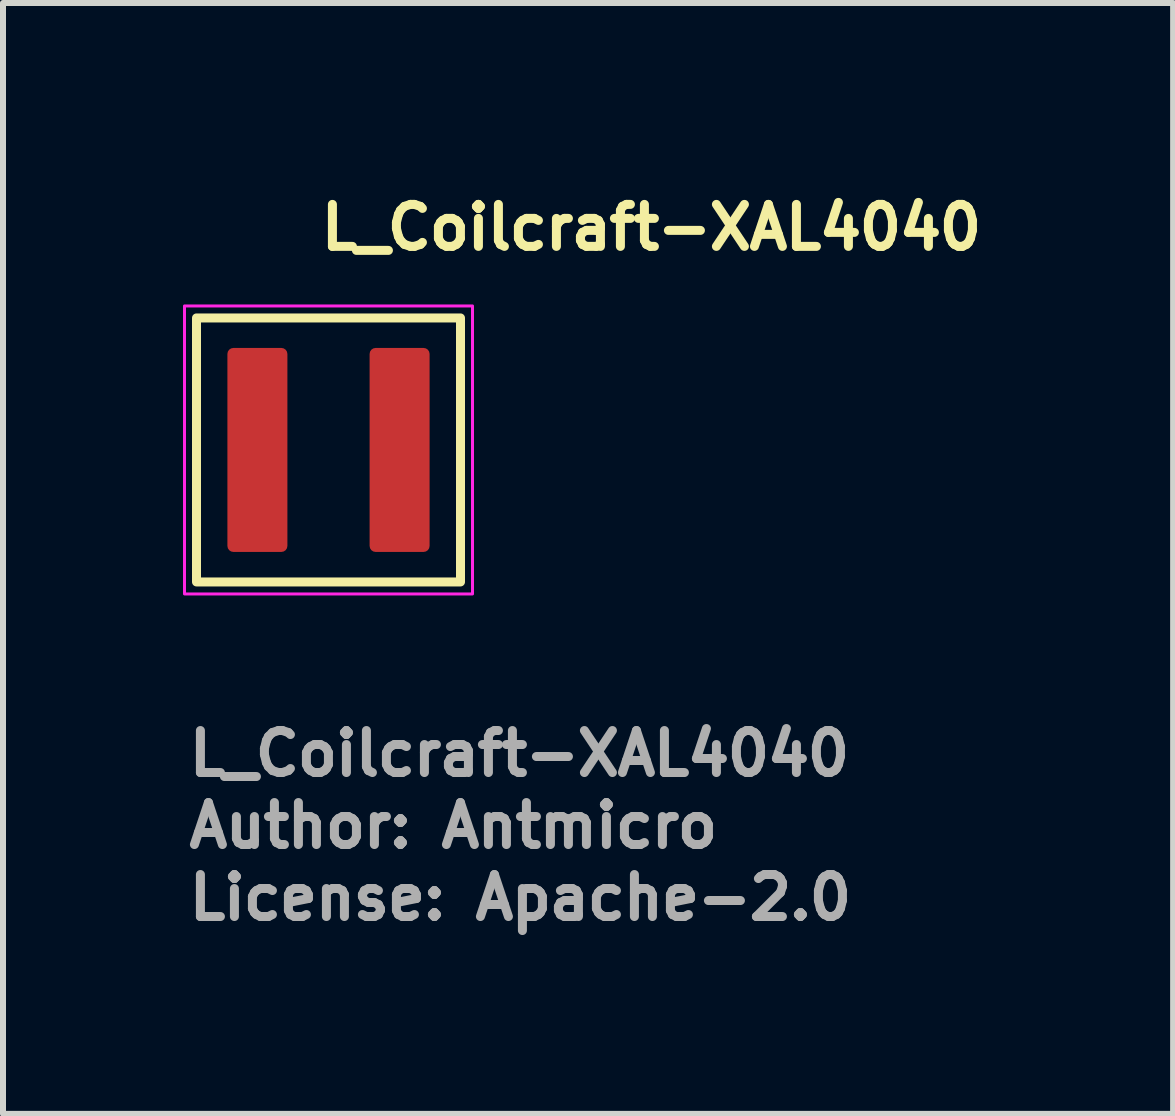
<source format=kicad_pcb>
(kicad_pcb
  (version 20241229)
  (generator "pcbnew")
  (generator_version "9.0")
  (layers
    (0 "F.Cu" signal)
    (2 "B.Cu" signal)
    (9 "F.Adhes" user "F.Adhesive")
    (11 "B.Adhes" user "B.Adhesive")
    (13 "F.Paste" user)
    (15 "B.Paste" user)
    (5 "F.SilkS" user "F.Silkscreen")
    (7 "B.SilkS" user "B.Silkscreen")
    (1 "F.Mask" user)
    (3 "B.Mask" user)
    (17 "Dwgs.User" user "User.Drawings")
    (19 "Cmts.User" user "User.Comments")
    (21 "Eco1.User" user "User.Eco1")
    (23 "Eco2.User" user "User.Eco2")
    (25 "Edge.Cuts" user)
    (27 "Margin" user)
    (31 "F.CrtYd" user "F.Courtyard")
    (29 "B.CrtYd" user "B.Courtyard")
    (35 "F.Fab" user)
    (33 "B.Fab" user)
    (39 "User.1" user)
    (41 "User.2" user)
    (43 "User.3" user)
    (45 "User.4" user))
  (footprint "L_Coilcraft-XAL4040"
    (layer "F.Cu")
    (at 2.425 4.449)
    (property "Reference" "L_Coilcraft-XAL4040" (at -0.2 -3.299 0) (layer "F.SilkS") (effects (font (size 0.7 0.7) (thickness 0.15)) (justify left bottom)))
    (attr smd)
    (fp_rect (start -2.2 -2.2) (end 2.2 2.2) (stroke (width 0.15) (type solid)) (fill no) (layer "F.SilkS"))
    (fp_rect (start -2.4 -2.4) (end 2.4 2.4) (stroke (width 0.05) (type solid)) (fill no) (layer "F.CrtYd"))
    (fp_rect (start -2.15 -2.15) (end 2.15 2.15) (stroke (width 0.1) (type solid)) (fill no) (layer "User.5"))
    (fp_line (start -2.15 -1.899) (end -2.15 1.899) (stroke (width 0.02) (type solid)) (layer "User.9"))
    (fp_line (start -2.15 -1.899) (end -2.149 -1.912) (stroke (width 0.02) (type solid)) (layer "User.9"))
    (fp_line (start -2.149 -1.912) (end -2.148 -1.924) (stroke (width 0.02) (type solid)) (layer "User.9"))
    (fp_line (start -2.149 1.912) (end -2.15 1.899) (stroke (width 0.02) (type solid)) (layer "User.9"))
    (fp_line (start -2.148 -1.924) (end -2.147 -1.936) (stroke (width 0.02) (type solid)) (layer "User.9"))
    (fp_line (start -2.148 1.924) (end -2.149 1.912) (stroke (width 0.02) (type solid)) (layer "User.9"))
    (fp_line (start -2.147 -1.936) (end -2.145 -1.949) (stroke (width 0.02) (type solid)) (layer "User.9"))
    (fp_line (start -2.147 1.936) (end -2.148 1.924) (stroke (width 0.02) (type solid)) (layer "User.9"))
    (fp_line (start -2.145 -1.949) (end -2.142 -1.96) (stroke (width 0.02) (type solid)) (layer "User.9"))
    (fp_line (start -2.145 1.949) (end -2.147 1.936) (stroke (width 0.02) (type solid)) (layer "User.9"))
    (fp_line (start -2.142 -1.96) (end -2.139 -1.972) (stroke (width 0.02) (type solid)) (layer "User.9"))
    (fp_line (start -2.142 1.96) (end -2.145 1.949) (stroke (width 0.02) (type solid)) (layer "User.9"))
    (fp_line (start -2.139 -1.972) (end -2.135 -1.984) (stroke (width 0.02) (type solid)) (layer "User.9"))
    (fp_line (start -2.139 1.972) (end -2.142 1.96) (stroke (width 0.02) (type solid)) (layer "User.9"))
    (fp_line (start -2.135 -1.984) (end -2.13 -1.995) (stroke (width 0.02) (type solid)) (layer "User.9"))
    (fp_line (start -2.135 1.984) (end -2.139 1.972) (stroke (width 0.02) (type solid)) (layer "User.9"))
    (fp_line (start -2.13 -1.995) (end -2.126 -2.006) (stroke (width 0.02) (type solid)) (layer "User.9"))
    (fp_line (start -2.13 1.995) (end -2.135 1.984) (stroke (width 0.02) (type solid)) (layer "User.9"))
    (fp_line (start -2.126 -2.006) (end -2.12 -2.016) (stroke (width 0.02) (type solid)) (layer "User.9"))
    (fp_line (start -2.126 2.006) (end -2.13 1.995) (stroke (width 0.02) (type solid)) (layer "User.9"))
    (fp_line (start -2.12 -2.016) (end -2.114 -2.028) (stroke (width 0.02) (type solid)) (layer "User.9"))
    (fp_line (start -2.12 2.016) (end -2.126 2.006) (stroke (width 0.02) (type solid)) (layer "User.9"))
    (fp_line (start -2.114 -2.028) (end -2.107 -2.038) (stroke (width 0.02) (type solid)) (layer "User.9"))
    (fp_line (start -2.114 2.028) (end -2.12 2.016) (stroke (width 0.02) (type solid)) (layer "User.9"))
    (fp_line (start -2.107 -2.038) (end -2.1 -2.048) (stroke (width 0.02) (type solid)) (layer "User.9"))
    (fp_line (start -2.107 2.038) (end -2.114 2.028) (stroke (width 0.02) (type solid)) (layer "User.9"))
    (fp_line (start -2.1 -2.048) (end -2.093 -2.058) (stroke (width 0.02) (type solid)) (layer "User.9"))
    (fp_line (start -2.1 2.048) (end -2.107 2.038) (stroke (width 0.02) (type solid)) (layer "User.9"))
    (fp_line (start -2.093 -2.058) (end -2.085 -2.067) (stroke (width 0.02) (type solid)) (layer "User.9"))
    (fp_line (start -2.093 2.058) (end -2.1 2.048) (stroke (width 0.02) (type solid)) (layer "User.9"))
    (fp_line (start -2.085 -2.067) (end -2.076 -2.076) (stroke (width 0.02) (type solid)) (layer "User.9"))
    (fp_line (start -2.085 2.067) (end -2.093 2.058) (stroke (width 0.02) (type solid)) (layer "User.9"))
    (fp_line (start -2.076 -2.076) (end -2.076 -2.076) (stroke (width 0.02) (type solid)) (layer "User.9"))
    (fp_line (start -2.076 -2.076) (end -2.067 -2.085) (stroke (width 0.02) (type solid)) (layer "User.9"))
    (fp_line (start -2.076 2.076) (end -2.085 2.067) (stroke (width 0.02) (type solid)) (layer "User.9"))
    (fp_line (start -2.076 2.076) (end -2.076 2.076) (stroke (width 0.02) (type solid)) (layer "User.9"))
    (fp_line (start -2.067 -2.085) (end -2.058 -2.093) (stroke (width 0.02) (type solid)) (layer "User.9"))
    (fp_line (start -2.067 2.085) (end -2.076 2.076) (stroke (width 0.02) (type solid)) (layer "User.9"))
    (fp_line (start -2.058 -2.093) (end -2.048 -2.1) (stroke (width 0.02) (type solid)) (layer "User.9"))
    (fp_line (start -2.058 2.093) (end -2.067 2.085) (stroke (width 0.02) (type solid)) (layer "User.9"))
    (fp_line (start -2.048 -2.1) (end -2.038 -2.107) (stroke (width 0.02) (type solid)) (layer "User.9"))
    (fp_line (start -2.048 2.1) (end -2.058 2.093) (stroke (width 0.02) (type solid)) (layer "User.9"))
    (fp_line (start -2.038 -2.107) (end -2.028 -2.114) (stroke (width 0.02) (type solid)) (layer "User.9"))
    (fp_line (start -2.038 2.107) (end -2.048 2.1) (stroke (width 0.02) (type solid)) (layer "User.9"))
    (fp_line (start -2.028 -2.114) (end -2.016 -2.12) (stroke (width 0.02) (type solid)) (layer "User.9"))
    (fp_line (start -2.028 2.114) (end -2.038 2.107) (stroke (width 0.02) (type solid)) (layer "User.9"))
    (fp_line (start -2.016 -2.12) (end -2.006 -2.126) (stroke (width 0.02) (type solid)) (layer "User.9"))
    (fp_line (start -2.016 2.12) (end -2.028 2.114) (stroke (width 0.02) (type solid)) (layer "User.9"))
    (fp_line (start -2.006 -2.126) (end -1.995 -2.13) (stroke (width 0.02) (type solid)) (layer "User.9"))
    (fp_line (start -2.006 2.126) (end -2.016 2.12) (stroke (width 0.02) (type solid)) (layer "User.9"))
    (fp_line (start -1.995 -2.13) (end -1.984 -2.135) (stroke (width 0.02) (type solid)) (layer "User.9"))
    (fp_line (start -1.995 2.13) (end -2.006 2.126) (stroke (width 0.02) (type solid)) (layer "User.9"))
    (fp_line (start -1.984 -2.135) (end -1.972 -2.139) (stroke (width 0.02) (type solid)) (layer "User.9"))
    (fp_line (start -1.984 2.135) (end -1.995 2.13) (stroke (width 0.02) (type solid)) (layer "User.9"))
    (fp_line (start -1.972 -2.139) (end -1.96 -2.142) (stroke (width 0.02) (type solid)) (layer "User.9"))
    (fp_line (start -1.972 2.139) (end -1.984 2.135) (stroke (width 0.02) (type solid)) (layer "User.9"))
    (fp_line (start -1.96 -2.142) (end -1.949 -2.145) (stroke (width 0.02) (type solid)) (layer "User.9"))
    (fp_line (start -1.96 2.142) (end -1.972 2.139) (stroke (width 0.02) (type solid)) (layer "User.9"))
    (fp_line (start -1.949 -2.145) (end -1.936 -2.147) (stroke (width 0.02) (type solid)) (layer "User.9"))
    (fp_line (start -1.949 2.145) (end -1.96 2.142) (stroke (width 0.02) (type solid)) (layer "User.9"))
    (fp_line (start -1.936 -2.147) (end -1.924 -2.148) (stroke (width 0.02) (type solid)) (layer "User.9"))
    (fp_line (start -1.936 2.147) (end -1.949 2.145) (stroke (width 0.02) (type solid)) (layer "User.9"))
    (fp_line (start -1.924 -2.148) (end -1.912 -2.149) (stroke (width 0.02) (type solid)) (layer "User.9"))
    (fp_line (start -1.924 2.148) (end -1.936 2.147) (stroke (width 0.02) (type solid)) (layer "User.9"))
    (fp_line (start -1.912 -2.149) (end -1.899 -2.15) (stroke (width 0.02) (type solid)) (layer "User.9"))
    (fp_line (start -1.912 2.149) (end -1.924 2.148) (stroke (width 0.02) (type solid)) (layer "User.9"))
    (fp_line (start -1.899 2.15) (end -1.912 2.149) (stroke (width 0.02) (type solid)) (layer "User.9"))
    (fp_line (start -1.899 2.15) (end 1.899 2.15) (stroke (width 0.02) (type solid)) (layer "User.9"))
    (fp_line (start -1.647 -1.5) (end -1.497 -1.5) (stroke (width 0.02) (type solid)) (layer "User.9"))
    (fp_line (start -1.647 1.5) (end -1.647 -1.5) (stroke (width 0.02) (type solid)) (layer "User.9"))
    (fp_line (start -1.497 -1.5) (end -1.497 1.5) (stroke (width 0.02) (type solid)) (layer "User.9"))
    (fp_line (start -1.497 1.5) (end -1.647 1.5) (stroke (width 0.02) (type solid)) (layer "User.9"))
    (fp_line (start 1.899 -2.15) (end -1.899 -2.15) (stroke (width 0.02) (type solid)) (layer "User.9"))
    (fp_line (start 1.899 -2.15) (end 1.912 -2.149) (stroke (width 0.02) (type solid)) (layer "User.9"))
    (fp_line (start 1.912 -2.149) (end 1.924 -2.148) (stroke (width 0.02) (type solid)) (layer "User.9"))
    (fp_line (start 1.912 2.149) (end 1.899 2.15) (stroke (width 0.02) (type solid)) (layer "User.9"))
    (fp_line (start 1.924 -2.148) (end 1.936 -2.147) (stroke (width 0.02) (type solid)) (layer "User.9"))
    (fp_line (start 1.924 2.148) (end 1.912 2.149) (stroke (width 0.02) (type solid)) (layer "User.9"))
    (fp_line (start 1.936 -2.147) (end 1.949 -2.145) (stroke (width 0.02) (type solid)) (layer "User.9"))
    (fp_line (start 1.936 2.147) (end 1.924 2.148) (stroke (width 0.02) (type solid)) (layer "User.9"))
    (fp_line (start 1.949 -2.145) (end 1.96 -2.142) (stroke (width 0.02) (type solid)) (layer "User.9"))
    (fp_line (start 1.949 2.145) (end 1.936 2.147) (stroke (width 0.02) (type solid)) (layer "User.9"))
    (fp_line (start 1.96 -2.142) (end 1.972 -2.139) (stroke (width 0.02) (type solid)) (layer "User.9"))
    (fp_line (start 1.96 2.142) (end 1.949 2.145) (stroke (width 0.02) (type solid)) (layer "User.9"))
    (fp_line (start 1.972 -2.139) (end 1.984 -2.135) (stroke (width 0.02) (type solid)) (layer "User.9"))
    (fp_line (start 1.972 2.139) (end 1.96 2.142) (stroke (width 0.02) (type solid)) (layer "User.9"))
    (fp_line (start 1.984 -2.135) (end 1.995 -2.13) (stroke (width 0.02) (type solid)) (layer "User.9"))
    (fp_line (start 1.984 2.135) (end 1.972 2.139) (stroke (width 0.02) (type solid)) (layer "User.9"))
    (fp_line (start 1.995 -2.13) (end 2.006 -2.126) (stroke (width 0.02) (type solid)) (layer "User.9"))
    (fp_line (start 1.995 2.13) (end 1.984 2.135) (stroke (width 0.02) (type solid)) (layer "User.9"))
    (fp_line (start 2.006 -2.126) (end 2.016 -2.12) (stroke (width 0.02) (type solid)) (layer "User.9"))
    (fp_line (start 2.006 2.126) (end 1.995 2.13) (stroke (width 0.02) (type solid)) (layer "User.9"))
    (fp_line (start 2.016 -2.12) (end 2.028 -2.114) (stroke (width 0.02) (type solid)) (layer "User.9"))
    (fp_line (start 2.016 2.12) (end 2.006 2.126) (stroke (width 0.02) (type solid)) (layer "User.9"))
    (fp_line (start 2.028 -2.114) (end 2.038 -2.107) (stroke (width 0.02) (type solid)) (layer "User.9"))
    (fp_line (start 2.028 2.114) (end 2.016 2.12) (stroke (width 0.02) (type solid)) (layer "User.9"))
    (fp_line (start 2.038 -2.107) (end 2.048 -2.1) (stroke (width 0.02) (type solid)) (layer "User.9"))
    (fp_line (start 2.038 2.107) (end 2.028 2.114) (stroke (width 0.02) (type solid)) (layer "User.9"))
    (fp_line (start 2.048 -2.1) (end 2.058 -2.093) (stroke (width 0.02) (type solid)) (layer "User.9"))
    (fp_line (start 2.048 2.1) (end 2.038 2.107) (stroke (width 0.02) (type solid)) (layer "User.9"))
    (fp_line (start 2.058 -2.093) (end 2.067 -2.085) (stroke (width 0.02) (type solid)) (layer "User.9"))
    (fp_line (start 2.058 2.093) (end 2.048 2.1) (stroke (width 0.02) (type solid)) (layer "User.9"))
    (fp_line (start 2.067 -2.085) (end 2.076 -2.076) (stroke (width 0.02) (type solid)) (layer "User.9"))
    (fp_line (start 2.067 2.085) (end 2.058 2.093) (stroke (width 0.02) (type solid)) (layer "User.9"))
    (fp_line (start 2.076 -2.076) (end 2.076 -2.076) (stroke (width 0.02) (type solid)) (layer "User.9"))
    (fp_line (start 2.076 -2.076) (end 2.085 -2.067) (stroke (width 0.02) (type solid)) (layer "User.9"))
    (fp_line (start 2.076 2.076) (end 2.067 2.085) (stroke (width 0.02) (type solid)) (layer "User.9"))
    (fp_line (start 2.076 2.076) (end 2.076 2.076) (stroke (width 0.02) (type solid)) (layer "User.9"))
    (fp_line (start 2.085 -2.067) (end 2.093 -2.058) (stroke (width 0.02) (type solid)) (layer "User.9"))
    (fp_line (start 2.085 2.067) (end 2.076 2.076) (stroke (width 0.02) (type solid)) (layer "User.9"))
    (fp_line (start 2.093 -2.058) (end 2.1 -2.048) (stroke (width 0.02) (type solid)) (layer "User.9"))
    (fp_line (start 2.093 2.058) (end 2.085 2.067) (stroke (width 0.02) (type solid)) (layer "User.9"))
    (fp_line (start 2.1 -2.048) (end 2.107 -2.038) (stroke (width 0.02) (type solid)) (layer "User.9"))
    (fp_line (start 2.1 2.048) (end 2.093 2.058) (stroke (width 0.02) (type solid)) (layer "User.9"))
    (fp_line (start 2.107 -2.038) (end 2.114 -2.028) (stroke (width 0.02) (type solid)) (layer "User.9"))
    (fp_line (start 2.107 2.038) (end 2.1 2.048) (stroke (width 0.02) (type solid)) (layer "User.9"))
    (fp_line (start 2.114 -2.028) (end 2.12 -2.016) (stroke (width 0.02) (type solid)) (layer "User.9"))
    (fp_line (start 2.114 2.028) (end 2.107 2.038) (stroke (width 0.02) (type solid)) (layer "User.9"))
    (fp_line (start 2.12 -2.016) (end 2.126 -2.006) (stroke (width 0.02) (type solid)) (layer "User.9"))
    (fp_line (start 2.12 2.016) (end 2.114 2.028) (stroke (width 0.02) (type solid)) (layer "User.9"))
    (fp_line (start 2.126 -2.006) (end 2.13 -1.995) (stroke (width 0.02) (type solid)) (layer "User.9"))
    (fp_line (start 2.126 2.006) (end 2.12 2.016) (stroke (width 0.02) (type solid)) (layer "User.9"))
    (fp_line (start 2.13 -1.995) (end 2.135 -1.984) (stroke (width 0.02) (type solid)) (layer "User.9"))
    (fp_line (start 2.13 1.995) (end 2.126 2.006) (stroke (width 0.02) (type solid)) (layer "User.9"))
    (fp_line (start 2.135 -1.984) (end 2.139 -1.972) (stroke (width 0.02) (type solid)) (layer "User.9"))
    (fp_line (start 2.135 1.984) (end 2.13 1.995) (stroke (width 0.02) (type solid)) (layer "User.9"))
    (fp_line (start 2.139 -1.972) (end 2.142 -1.96) (stroke (width 0.02) (type solid)) (layer "User.9"))
    (fp_line (start 2.139 1.972) (end 2.135 1.984) (stroke (width 0.02) (type solid)) (layer "User.9"))
    (fp_line (start 2.142 -1.96) (end 2.145 -1.949) (stroke (width 0.02) (type solid)) (layer "User.9"))
    (fp_line (start 2.142 1.96) (end 2.139 1.972) (stroke (width 0.02) (type solid)) (layer "User.9"))
    (fp_line (start 2.145 -1.949) (end 2.147 -1.936) (stroke (width 0.02) (type solid)) (layer "User.9"))
    (fp_line (start 2.145 1.949) (end 2.142 1.96) (stroke (width 0.02) (type solid)) (layer "User.9"))
    (fp_line (start 2.147 -1.936) (end 2.148 -1.924) (stroke (width 0.02) (type solid)) (layer "User.9"))
    (fp_line (start 2.147 1.936) (end 2.145 1.949) (stroke (width 0.02) (type solid)) (layer "User.9"))
    (fp_line (start 2.148 -1.924) (end 2.149 -1.912) (stroke (width 0.02) (type solid)) (layer "User.9"))
    (fp_line (start 2.148 1.924) (end 2.147 1.936) (stroke (width 0.02) (type solid)) (layer "User.9"))
    (fp_line (start 2.149 -1.912) (end 2.15 -1.899) (stroke (width 0.02) (type solid)) (layer "User.9"))
    (fp_line (start 2.149 1.912) (end 2.148 1.924) (stroke (width 0.02) (type solid)) (layer "User.9"))
    (fp_line (start 2.15 1.899) (end 2.149 1.912) (stroke (width 0.02) (type solid)) (layer "User.9"))
    (fp_line (start 2.15 1.899) (end 2.15 -1.899) (stroke (width 0.02) (type solid)) (layer "User.9"))
    (fp_text user "License: Apache-2.0" (at -2.4 7.87 0) (layer "F.Fab") (effects (font (size 0.7 0.7) (thickness 0.15)) (justify left bottom)))
    (fp_text user "${REFERENCE}" (at -2.4 5.47 0) (layer "F.Fab") (effects (font (size 0.7 0.7) (thickness 0.15)) (justify left bottom)))
    (fp_text user "Author: Antmicro" (at -2.4 6.67 0) (layer "F.Fab") (effects (font (size 0.7 0.7) (thickness 0.15)) (justify left bottom)))
    (pad "1" smd roundrect (at -1.185 0) (size 1 3.4) (layers "F.Cu" "F.Mask" "F.Paste") (roundrect_rratio 0.1))
    (pad "2" smd roundrect (at 1.185 0) (size 1 3.4) (layers "F.Cu" "F.Mask" "F.Paste") (roundrect_rratio 0.1)))
  (gr_rect
    (start -3 -3)
    (end 16.502 15.514)
    (stroke (width 0.1) (type default))
    (fill no)
    (layer "Edge.Cuts")))
</source>
